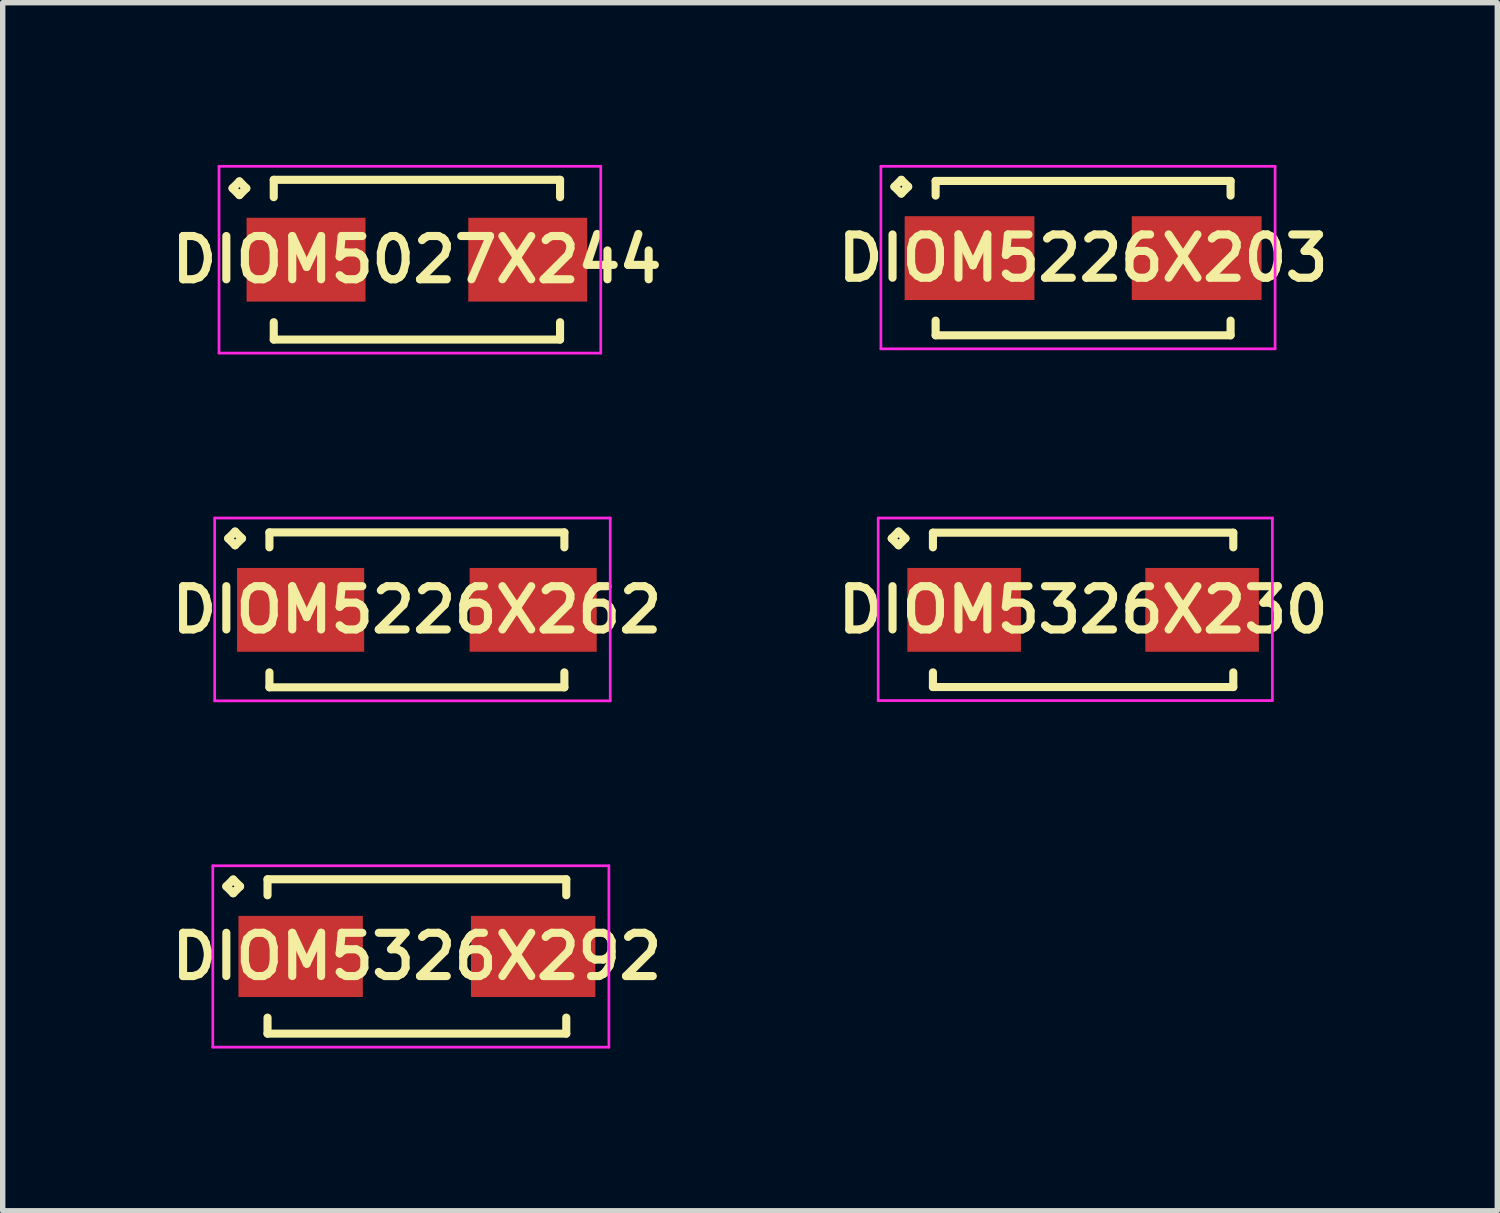
<source format=kicad_pcb>
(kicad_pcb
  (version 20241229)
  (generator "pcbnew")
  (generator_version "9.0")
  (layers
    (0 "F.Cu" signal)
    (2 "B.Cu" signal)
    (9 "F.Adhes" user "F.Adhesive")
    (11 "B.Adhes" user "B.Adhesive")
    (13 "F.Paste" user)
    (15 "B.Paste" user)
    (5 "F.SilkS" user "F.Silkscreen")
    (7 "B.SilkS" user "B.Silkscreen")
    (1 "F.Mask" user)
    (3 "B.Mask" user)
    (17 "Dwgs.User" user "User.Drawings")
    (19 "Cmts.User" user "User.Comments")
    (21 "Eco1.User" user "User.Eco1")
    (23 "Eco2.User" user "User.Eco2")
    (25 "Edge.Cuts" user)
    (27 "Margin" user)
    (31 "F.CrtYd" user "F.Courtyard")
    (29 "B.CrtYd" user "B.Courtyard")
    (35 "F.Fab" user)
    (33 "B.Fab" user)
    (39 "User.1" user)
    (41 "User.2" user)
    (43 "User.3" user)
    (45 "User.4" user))
  (footprint "DIOM5226X262"
    (layer "F.Cu")
    (at 4.659 8.227)
    (property "Reference" "DIOM5226X262" (at 0 0 0) (layer "F.SilkS") (effects (font (size 0.8 0.8) (thickness 0.15))))
    (attr smd)
    (fp_line (start -3.489 -1.321) (end -3.362 -1.448) (stroke (width 0.15) (type solid)) (layer "F.SilkS"))
    (fp_line (start -3.362 -1.448) (end -3.235 -1.321) (stroke (width 0.15) (type solid)) (layer "F.SilkS"))
    (fp_line (start -3.362 -1.194) (end -3.489 -1.321) (stroke (width 0.15) (type solid)) (layer "F.SilkS"))
    (fp_line (start -3.235 -1.321) (end -3.362 -1.194) (stroke (width 0.15) (type solid)) (layer "F.SilkS"))
    (fp_line (start -2.727 -1.432) (end 2.727 -1.432) (stroke (width 0.15) (type solid)) (layer "F.SilkS"))
    (fp_line (start -2.727 -1.156) (end -2.727 -1.432) (stroke (width 0.15) (type solid)) (layer "F.SilkS"))
    (fp_line (start -2.727 1.156) (end -2.727 1.432) (stroke (width 0.15) (type solid)) (layer "F.SilkS"))
    (fp_line (start -2.727 1.432) (end 2.727 1.432) (stroke (width 0.15) (type solid)) (layer "F.SilkS"))
    (fp_line (start 2.727 -1.432) (end 2.727 -1.156) (stroke (width 0.15) (type solid)) (layer "F.SilkS"))
    (fp_line (start 2.727 1.432) (end 2.727 1.156) (stroke (width 0.15) (type solid)) (layer "F.SilkS"))
    (fp_line (start -3.739 -1.698) (end 3.575 -1.698) (stroke (width 0.05) (type solid)) (layer "F.CrtYd"))
    (fp_line (start -3.739 1.682) (end -3.739 -1.698) (stroke (width 0.05) (type solid)) (layer "F.CrtYd"))
    (fp_line (start 3.575 -1.698) (end 3.575 1.682) (stroke (width 0.05) (type solid)) (layer "F.CrtYd"))
    (fp_line (start 3.575 1.682) (end -3.739 1.682) (stroke (width 0.05) (type solid)) (layer "F.CrtYd"))
    (pad "1" smd rect (at -2.15 0) (size 2.35 1.55) (layers "F.Cu" "F.Mask" "F.Paste"))
    (pad "2" smd rect (at 2.15 0) (size 2.35 1.55) (layers "F.Cu" "F.Mask" "F.Paste")))
  (footprint "DIOM5326X230"
    (layer "F.Cu")
    (at 16.978 8.227)
    (property "Reference" "DIOM5326X230" (at 0 0 0) (layer "F.SilkS") (effects (font (size 0.8 0.8) (thickness 0.15))))
    (attr smd)
    (fp_line (start -3.539 -1.321) (end -3.412 -1.448) (stroke (width 0.15) (type solid)) (layer "F.SilkS"))
    (fp_line (start -3.412 -1.448) (end -3.285 -1.321) (stroke (width 0.15) (type solid)) (layer "F.SilkS"))
    (fp_line (start -3.412 -1.194) (end -3.539 -1.321) (stroke (width 0.15) (type solid)) (layer "F.SilkS"))
    (fp_line (start -3.285 -1.321) (end -3.412 -1.194) (stroke (width 0.15) (type solid)) (layer "F.SilkS"))
    (fp_line (start -2.777 -1.427) (end 2.777 -1.427) (stroke (width 0.15) (type solid)) (layer "F.SilkS"))
    (fp_line (start -2.777 -1.156) (end -2.777 -1.427) (stroke (width 0.15) (type solid)) (layer "F.SilkS"))
    (fp_line (start -2.777 1.156) (end -2.777 1.427) (stroke (width 0.15) (type solid)) (layer "F.SilkS"))
    (fp_line (start -2.777 1.427) (end 2.777 1.427) (stroke (width 0.15) (type solid)) (layer "F.SilkS"))
    (fp_line (start 2.777 -1.427) (end 2.777 -1.156) (stroke (width 0.15) (type solid)) (layer "F.SilkS"))
    (fp_line (start 2.777 1.427) (end 2.777 1.156) (stroke (width 0.15) (type solid)) (layer "F.SilkS"))
    (fp_line (start -3.789 -1.698) (end 3.5 -1.698) (stroke (width 0.05) (type solid)) (layer "F.CrtYd"))
    (fp_line (start -3.789 1.677) (end -3.789 -1.698) (stroke (width 0.05) (type solid)) (layer "F.CrtYd"))
    (fp_line (start 3.5 -1.698) (end 3.5 1.677) (stroke (width 0.05) (type solid)) (layer "F.CrtYd"))
    (fp_line (start 3.5 1.677) (end -3.789 1.677) (stroke (width 0.05) (type solid)) (layer "F.CrtYd"))
    (pad "1" smd rect (at -2.2 0) (size 2.1 1.55) (layers "F.Cu" "F.Mask" "F.Paste"))
    (pad "2" smd rect (at 2.2 0) (size 2.1 1.55) (layers "F.Cu" "F.Mask" "F.Paste")))
  (footprint "DIOM5326X292"
    (layer "F.Cu")
    (at 4.659 14.636)
    (property "Reference" "DIOM5326X292" (at 0 0 0) (layer "F.SilkS") (effects (font (size 0.8 0.8) (thickness 0.15))))
    (attr smd)
    (fp_line (start -3.524 -1.296) (end -3.397 -1.423) (stroke (width 0.15) (type solid)) (layer "F.SilkS"))
    (fp_line (start -3.397 -1.423) (end -3.27 -1.296) (stroke (width 0.15) (type solid)) (layer "F.SilkS"))
    (fp_line (start -3.397 -1.169) (end -3.524 -1.296) (stroke (width 0.15) (type solid)) (layer "F.SilkS"))
    (fp_line (start -3.27 -1.296) (end -3.397 -1.169) (stroke (width 0.15) (type solid)) (layer "F.SilkS"))
    (fp_line (start -2.762 -1.427) (end 2.762 -1.427) (stroke (width 0.15) (type solid)) (layer "F.SilkS"))
    (fp_line (start -2.762 -1.131) (end -2.762 -1.427) (stroke (width 0.15) (type solid)) (layer "F.SilkS"))
    (fp_line (start -2.762 1.131) (end -2.762 1.427) (stroke (width 0.15) (type solid)) (layer "F.SilkS"))
    (fp_line (start -2.762 1.427) (end 2.762 1.427) (stroke (width 0.15) (type solid)) (layer "F.SilkS"))
    (fp_line (start 2.762 -1.427) (end 2.762 -1.131) (stroke (width 0.15) (type solid)) (layer "F.SilkS"))
    (fp_line (start 2.762 1.427) (end 2.762 1.131) (stroke (width 0.15) (type solid)) (layer "F.SilkS"))
    (fp_line (start -3.774 -1.677) (end 3.55 -1.677) (stroke (width 0.05) (type solid)) (layer "F.CrtYd"))
    (fp_line (start -3.774 1.677) (end -3.774 -1.677) (stroke (width 0.05) (type solid)) (layer "F.CrtYd"))
    (fp_line (start 3.55 -1.677) (end 3.55 1.677) (stroke (width 0.05) (type solid)) (layer "F.CrtYd"))
    (fp_line (start 3.55 1.677) (end -3.774 1.677) (stroke (width 0.05) (type solid)) (layer "F.CrtYd"))
    (pad "1" smd rect (at -2.15 0) (size 2.3 1.5) (layers "F.Cu" "F.Mask" "F.Paste"))
    (pad "2" smd rect (at 2.15 0) (size 2.3 1.5) (layers "F.Cu" "F.Mask" "F.Paste")))
  (footprint "DIOM5226X203"
    (layer "F.Cu")
    (at 16.978 1.723)
    (property "Reference" "DIOM5226X203" (at 0 0 0) (layer "F.SilkS") (effects (font (size 0.8 0.8) (thickness 0.15))))
    (attr smd)
    (fp_line (start -3.489 -1.321) (end -3.362 -1.448) (stroke (width 0.15) (type solid)) (layer "F.SilkS"))
    (fp_line (start -3.362 -1.448) (end -3.235 -1.321) (stroke (width 0.15) (type solid)) (layer "F.SilkS"))
    (fp_line (start -3.362 -1.194) (end -3.489 -1.321) (stroke (width 0.15) (type solid)) (layer "F.SilkS"))
    (fp_line (start -3.235 -1.321) (end -3.362 -1.194) (stroke (width 0.15) (type solid)) (layer "F.SilkS"))
    (fp_line (start -2.727 -1.427) (end 2.727 -1.427) (stroke (width 0.15) (type solid)) (layer "F.SilkS"))
    (fp_line (start -2.727 -1.156) (end -2.727 -1.427) (stroke (width 0.15) (type solid)) (layer "F.SilkS"))
    (fp_line (start -2.727 1.156) (end -2.727 1.427) (stroke (width 0.15) (type solid)) (layer "F.SilkS"))
    (fp_line (start -2.727 1.427) (end 2.727 1.427) (stroke (width 0.15) (type solid)) (layer "F.SilkS"))
    (fp_line (start 2.727 -1.427) (end 2.727 -1.156) (stroke (width 0.15) (type solid)) (layer "F.SilkS"))
    (fp_line (start 2.727 1.427) (end 2.727 1.156) (stroke (width 0.15) (type solid)) (layer "F.SilkS"))
    (fp_line (start -3.739 -1.698) (end 3.55 -1.698) (stroke (width 0.05) (type solid)) (layer "F.CrtYd"))
    (fp_line (start -3.739 1.677) (end -3.739 -1.698) (stroke (width 0.05) (type solid)) (layer "F.CrtYd"))
    (fp_line (start 3.55 -1.698) (end 3.55 1.677) (stroke (width 0.05) (type solid)) (layer "F.CrtYd"))
    (fp_line (start 3.55 1.677) (end -3.739 1.677) (stroke (width 0.05) (type solid)) (layer "F.CrtYd"))
    (pad "1" smd rect (at -2.1 0) (size 2.4 1.55) (layers "F.Cu" "F.Mask" "F.Paste"))
    (pad "2" smd rect (at 2.1 0) (size 2.4 1.55) (layers "F.Cu" "F.Mask" "F.Paste")))
  (footprint "DIOM5027X244"
    (layer "F.Cu")
    (at 4.659 1.752)
    (property "Reference" "DIOM5027X244" (at 0 0 0) (layer "F.SilkS") (effects (font (size 0.8 0.8) (thickness 0.15))))
    (attr smd)
    (fp_line (start -3.409 -1.321) (end -3.282 -1.448) (stroke (width 0.15) (type solid)) (layer "F.SilkS"))
    (fp_line (start -3.282 -1.448) (end -3.155 -1.321) (stroke (width 0.15) (type solid)) (layer "F.SilkS"))
    (fp_line (start -3.282 -1.194) (end -3.409 -1.321) (stroke (width 0.15) (type solid)) (layer "F.SilkS"))
    (fp_line (start -3.155 -1.321) (end -3.282 -1.194) (stroke (width 0.15) (type solid)) (layer "F.SilkS"))
    (fp_line (start -2.647 -1.477) (end 2.647 -1.477) (stroke (width 0.15) (type solid)) (layer "F.SilkS"))
    (fp_line (start -2.647 -1.156) (end -2.647 -1.477) (stroke (width 0.15) (type solid)) (layer "F.SilkS"))
    (fp_line (start -2.647 1.156) (end -2.647 1.477) (stroke (width 0.15) (type solid)) (layer "F.SilkS"))
    (fp_line (start -2.647 1.477) (end 2.647 1.477) (stroke (width 0.15) (type solid)) (layer "F.SilkS"))
    (fp_line (start 2.647 -1.477) (end 2.647 -1.156) (stroke (width 0.15) (type solid)) (layer "F.SilkS"))
    (fp_line (start 2.647 1.477) (end 2.647 1.156) (stroke (width 0.15) (type solid)) (layer "F.SilkS"))
    (fp_line (start -3.659 -1.727) (end 3.4 -1.727) (stroke (width 0.05) (type solid)) (layer "F.CrtYd"))
    (fp_line (start -3.659 1.727) (end -3.659 -1.727) (stroke (width 0.05) (type solid)) (layer "F.CrtYd"))
    (fp_line (start 3.4 -1.727) (end 3.4 1.727) (stroke (width 0.05) (type solid)) (layer "F.CrtYd"))
    (fp_line (start 3.4 1.727) (end -3.659 1.727) (stroke (width 0.05) (type solid)) (layer "F.CrtYd"))
    (pad "1" smd rect (at -2.05 0) (size 2.2 1.55) (layers "F.Cu" "F.Mask" "F.Paste"))
    (pad "2" smd rect (at 2.05 0) (size 2.2 1.55) (layers "F.Cu" "F.Mask" "F.Paste")))
  (gr_rect
    (start -3 -3)
    (end 24.637 19.338)
    (stroke (width 0.1) (type default))
    (fill no)
    (layer "Edge.Cuts")))
</source>
